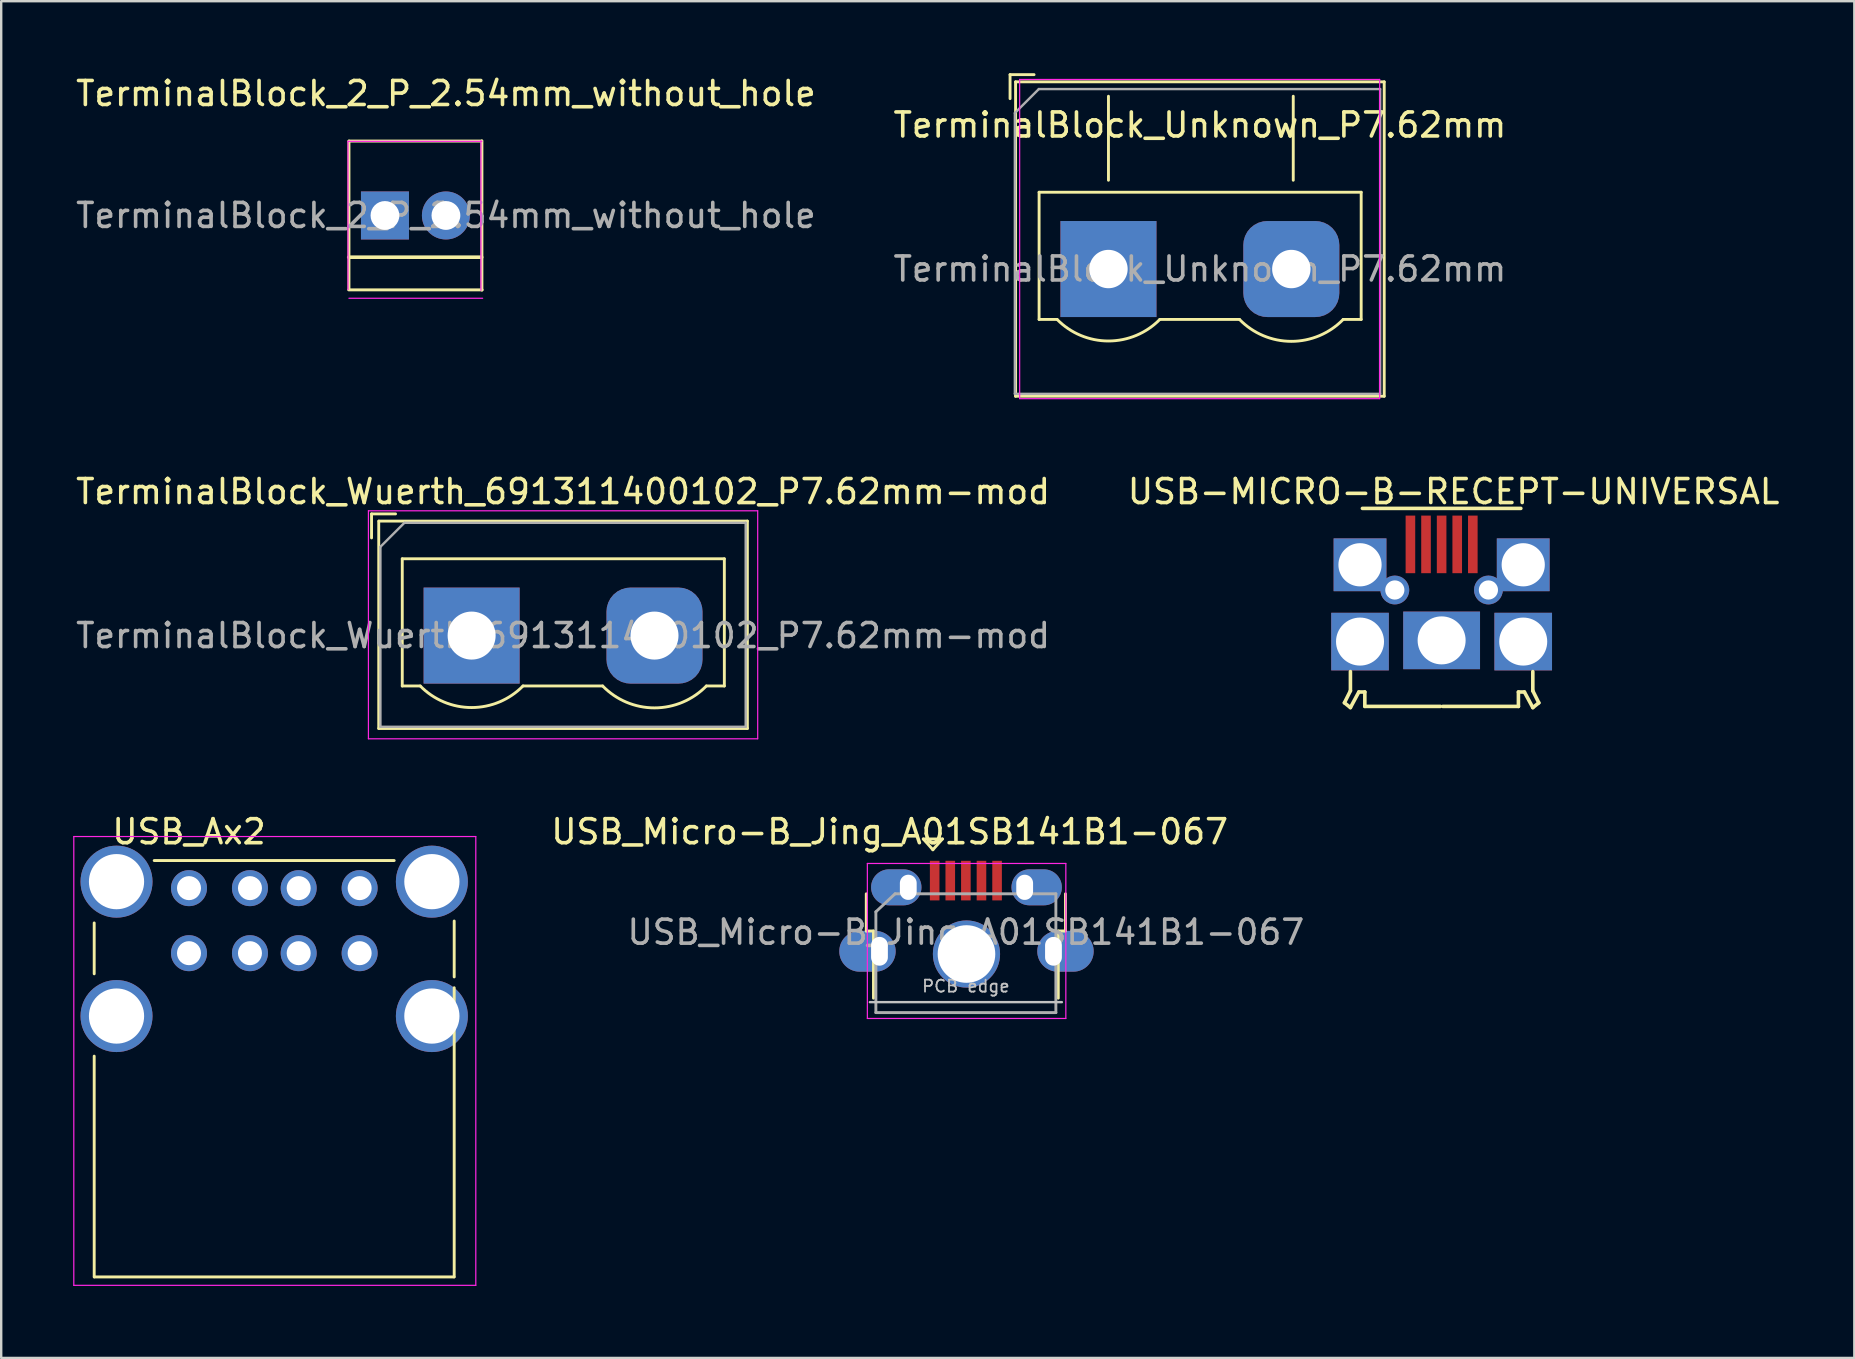
<source format=kicad_pcb>
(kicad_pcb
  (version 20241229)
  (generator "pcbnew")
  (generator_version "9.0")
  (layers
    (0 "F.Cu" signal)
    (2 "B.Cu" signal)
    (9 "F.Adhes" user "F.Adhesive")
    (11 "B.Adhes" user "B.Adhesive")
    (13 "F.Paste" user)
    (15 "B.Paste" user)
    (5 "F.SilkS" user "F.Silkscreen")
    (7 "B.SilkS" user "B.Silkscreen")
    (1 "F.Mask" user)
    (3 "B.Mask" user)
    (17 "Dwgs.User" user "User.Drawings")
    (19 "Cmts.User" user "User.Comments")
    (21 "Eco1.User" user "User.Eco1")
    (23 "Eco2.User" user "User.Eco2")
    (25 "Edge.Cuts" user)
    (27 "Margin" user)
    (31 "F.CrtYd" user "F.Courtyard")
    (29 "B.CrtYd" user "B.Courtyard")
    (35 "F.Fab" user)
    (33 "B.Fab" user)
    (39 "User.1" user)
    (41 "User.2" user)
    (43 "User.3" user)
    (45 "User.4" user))
  (footprint "TerminalBlock_Wuerth_691311400102_P7.62mm-mod"
    (layer "F.Cu")
    (at 16.601 23.433)
    (property "Reference" "TerminalBlock_Wuerth_691311400102_P7.62mm-mod" (at 3.81 -6 0) (layer "F.SilkS") (effects (font (size 1 1) (thickness 0.15))))
    (attr through_hole)
    (fp_line (start -4.17 -5.07) (end -4.17 -4.07) (stroke (width 0.12) (type solid)) (layer "F.SilkS"))
    (fp_line (start -4.17 -5.07) (end -3.17 -5.07) (stroke (width 0.12) (type solid)) (layer "F.SilkS"))
    (fp_line (start -3.87 3.87) (end -3.87 -4.77) (stroke (width 0.12) (type solid)) (layer "F.SilkS"))
    (fp_line (start -3.86 -4.77) (end 11.49 -4.77) (stroke (width 0.12) (type solid)) (layer "F.SilkS"))
    (fp_line (start -2.89 -3.2) (end -2.89 2.1) (stroke (width 0.12) (type solid)) (layer "F.SilkS"))
    (fp_line (start -2.89 2.1) (end -2.14 2.1) (stroke (width 0.12) (type solid)) (layer "F.SilkS"))
    (fp_line (start 2.14 2.1) (end 5.46 2.1) (stroke (width 0.12) (type solid)) (layer "F.SilkS"))
    (fp_line (start 9.78 2.1) (end 10.53 2.1) (stroke (width 0.12) (type solid)) (layer "F.SilkS"))
    (fp_line (start 10.53 -3.2) (end -2.89 -3.2) (stroke (width 0.12) (type solid)) (layer "F.SilkS"))
    (fp_line (start 10.53 2.1) (end 10.53 -3.2) (stroke (width 0.12) (type solid)) (layer "F.SilkS"))
    (fp_line (start 11.49 -4.77) (end 11.49 3.87) (stroke (width 0.12) (type solid)) (layer "F.SilkS"))
    (fp_line (start 11.49 3.87) (end -3.87 3.87) (stroke (width 0.12) (type solid)) (layer "F.SilkS"))
    (fp_arc (start 2.140696 2.099291) (mid 0.000497 2.998266) (end -2.14 2.1) (stroke (width 0.12) (type solid)) (layer "F.SilkS"))
    (fp_arc (start 9.779492 2.100522) (mid 7.619636 3.012573) (end 5.46 2.1) (stroke (width 0.12) (type solid)) (layer "F.SilkS"))
    (fp_line (start -4.3 -5.2) (end 11.92 -5.2) (stroke (width 0.05) (type solid)) (layer "F.CrtYd"))
    (fp_line (start -4.3 4.3) (end -4.3 -5.2) (stroke (width 0.05) (type solid)) (layer "F.CrtYd"))
    (fp_line (start 11.92 -5.2) (end 11.92 4.3) (stroke (width 0.05) (type solid)) (layer "F.CrtYd"))
    (fp_line (start 11.92 4.3) (end -4.3 4.3) (stroke (width 0.05) (type solid)) (layer "F.CrtYd"))
    (fp_line (start -3.8 -3.7) (end -2.8 -4.7) (stroke (width 0.1) (type solid)) (layer "F.Fab"))
    (fp_line (start -3.8 3.8) (end -3.8 -3.7) (stroke (width 0.1) (type solid)) (layer "F.Fab"))
    (fp_line (start -2.8 -4.7) (end 11.42 -4.7) (stroke (width 0.1) (type solid)) (layer "F.Fab"))
    (fp_line (start 11.42 -4.7) (end 11.42 3.8) (stroke (width 0.1) (type solid)) (layer "F.Fab"))
    (fp_line (start 11.42 3.8) (end -3.8 3.8) (stroke (width 0.1) (type solid)) (layer "F.Fab"))
    (fp_text user "${REFERENCE}" (at 3.81 0 0) (layer "F.Fab") (effects (font (size 1 1) (thickness 0.15))))
    (pad "1" thru_hole rect (at 0 0) (size 4 4) (drill 2) (layers "*.Cu" "*.Mask"))
    (pad "2" thru_hole roundrect (at 7.62 0) (size 4 4) (drill 2) (layers "*.Cu" "*.Mask") (roundrect_rratio 0.25)))
  (footprint "USB-MICRO-B-RECEPT-UNIVERSAL"
    (layer "F.Cu")
    (at 57.018 23.633)
    (property "Reference" "USB-MICRO-B-RECEPT-UNIVERSAL" (at 0.5 -6.2 0) (layer "F.SilkS") (effects (font (size 1 1) (thickness 0.15))))
    (attr through_hole)
    (fp_line (start -4.05 2.6) (end -3.8 2.8) (stroke (width 0.15) (type solid)) (layer "F.SilkS"))
    (fp_line (start -3.8 1.3) (end -3.8 2.1) (stroke (width 0.15) (type solid)) (layer "F.SilkS"))
    (fp_line (start -3.8 2.1) (end -4.05 2.6) (stroke (width 0.15) (type solid)) (layer "F.SilkS"))
    (fp_line (start -3.8 2.8) (end -3.45 2.15) (stroke (width 0.15) (type solid)) (layer "F.SilkS"))
    (fp_line (start -3.45 2.15) (end -3.2 2.15) (stroke (width 0.15) (type solid)) (layer "F.SilkS"))
    (fp_line (start -3.2 2.15) (end -3.2 2.75) (stroke (width 0.15) (type solid)) (layer "F.SilkS"))
    (fp_line (start -3.2 2.75) (end -0.05 2.75) (stroke (width 0.15) (type solid)) (layer "F.SilkS"))
    (fp_line (start 3.2 2.151) (end 3.2 2.751) (stroke (width 0.15) (type solid)) (layer "F.SilkS"))
    (fp_line (start 3.2 2.751) (end 0.05 2.751) (stroke (width 0.15) (type solid)) (layer "F.SilkS"))
    (fp_line (start 3.3 -5.5) (end -3.3 -5.5) (stroke (width 0.15) (type solid)) (layer "F.SilkS"))
    (fp_line (start 3.45 2.151) (end 3.2 2.151) (stroke (width 0.15) (type solid)) (layer "F.SilkS"))
    (fp_line (start 3.8 1.301) (end 3.8 2.101) (stroke (width 0.15) (type solid)) (layer "F.SilkS"))
    (fp_line (start 3.8 2.101) (end 4.05 2.601) (stroke (width 0.15) (type solid)) (layer "F.SilkS"))
    (fp_line (start 3.8 2.801) (end 3.45 2.151) (stroke (width 0.15) (type solid)) (layer "F.SilkS"))
    (fp_line (start 4.05 2.601) (end 3.8 2.801) (stroke (width 0.15) (type solid)) (layer "F.SilkS"))
    (pad "1" smd rect (at 1.3 -4) (size 0.4 2.4) (layers "F.Cu" "F.Mask" "F.Paste"))
    (pad "2" smd rect (at 0.65 -4) (size 0.4 2.4) (layers "F.Cu" "F.Mask" "F.Paste"))
    (pad "3" smd rect (at 0 -4) (size 0.4 2.4) (layers "F.Cu" "F.Mask" "F.Paste"))
    (pad "4" smd rect (at -0.65 -4) (size 0.4 2.4) (layers "F.Cu" "F.Mask" "F.Paste"))
    (pad "5" smd rect (at -1.3 -4) (size 0.4 2.4) (layers "F.Cu" "F.Mask" "F.Paste"))
    (pad "6" thru_hole rect (at -3.4 -3.15) (size 2.2 2.2) (drill 1.8) (layers "*.Cu" "*.Mask"))
    (pad "6" thru_hole rect (at -3.4 0.05) (size 2.4 2.4) (drill 2) (layers "*.Cu" "*.Mask"))
    (pad "6" thru_hole circle (at -1.95 -2.1) (size 1.2 1.2) (drill 0.8) (layers "*.Cu" "*.Mask"))
    (pad "6" thru_hole rect (at 0 0) (size 3.2 2.4) (drill 2) (layers "*.Cu" "*.Mask"))
    (pad "6" thru_hole circle (at 1.95 -2.1) (size 1.2 1.2) (drill 0.8) (layers "*.Cu" "*.Mask"))
    (pad "6" thru_hole rect (at 3.4 -3.15) (size 2.2 2.2) (drill 1.8) (layers "*.Cu" "*.Mask"))
    (pad "6" thru_hole rect (at 3.4 0.05) (size 2.4 2.4) (drill 2) (layers "*.Cu" "*.Mask")))
  (footprint "USB_Micro-B_Jing_A01SB141B1-067"
    (layer "F.Cu")
    (at 37.22 33.907)
    (property "Reference" "USB_Micro-B_Jing_A01SB141B1-067" (at -3.2 -2.3 0) (layer "F.SilkS") (effects (font (size 1 1) (thickness 0.15))))
    (attr smd)
    (fp_line (start -4.175 1.835) (end -4.175 0.285) (stroke (width 0.12) (type solid)) (layer "F.SilkS"))
    (fp_line (start -4.175 1.835) (end -3.875 1.835) (stroke (width 0.12) (type solid)) (layer "F.SilkS"))
    (fp_line (start -3.875 4.635) (end -3.875 1.835) (stroke (width 0.12) (type solid)) (layer "F.SilkS"))
    (fp_line (start -1.8 -2) (end -1 -2) (stroke (width 0.12) (type solid)) (layer "F.SilkS"))
    (fp_line (start -1.4 -1.55) (end -1.8 -2) (stroke (width 0.12) (type solid)) (layer "F.SilkS"))
    (fp_line (start -1 -2) (end -1.4 -1.55) (stroke (width 0.12) (type solid)) (layer "F.SilkS"))
    (fp_line (start 3.825 1.835) (end 4.125 1.835) (stroke (width 0.12) (type solid)) (layer "F.SilkS"))
    (fp_line (start 3.825 4.635) (end 3.825 1.835) (stroke (width 0.12) (type solid)) (layer "F.SilkS"))
    (fp_line (start 4.125 1.835) (end 4.125 0.285) (stroke (width 0.12) (type solid)) (layer "F.SilkS"))
    (fp_line (start -4.025 4.8) (end 3.975 4.8) (stroke (width 0.1) (type solid)) (layer "Dwgs.User"))
    (fp_line (start -4.13 -0.98) (end -4.13 5.48) (stroke (width 0.05) (type solid)) (layer "F.CrtYd"))
    (fp_line (start -4.13 -0.98) (end 4.14 -0.98) (stroke (width 0.05) (type solid)) (layer "F.CrtYd"))
    (fp_line (start 4.14 5.48) (end -4.13 5.48) (stroke (width 0.05) (type solid)) (layer "F.CrtYd"))
    (fp_line (start 4.14 5.48) (end 4.14 -0.98) (stroke (width 0.05) (type solid)) (layer "F.CrtYd"))
    (fp_line (start -3.775 1.035) (end -2.975 0.285) (stroke (width 0.12) (type solid)) (layer "F.Fab"))
    (fp_line (start -3.775 5.235) (end -3.775 1.035) (stroke (width 0.12) (type solid)) (layer "F.Fab"))
    (fp_line (start -2.975 0.285) (end 3.725 0.285) (stroke (width 0.12) (type solid)) (layer "F.Fab"))
    (fp_line (start 3.725 0.285) (end 3.725 5.235) (stroke (width 0.12) (type solid)) (layer "F.Fab"))
    (fp_line (start 3.725 5.235) (end -3.775 5.235) (stroke (width 0.12) (type solid)) (layer "F.Fab"))
    (fp_text user "PCB edge" (at -0.025 4.135 0) (layer "Dwgs.User") (effects (font (size 0.5 0.5) (thickness 0.075))))
    (fp_text user "${REFERENCE}" (at -0.025 1.885 0) (layer "F.Fab") (effects (font (size 1 1) (thickness 0.15))))
    (pad "1" smd rect (at -1.325 -0.265 90) (size 1.65 0.4) (layers "F.Cu" "F.Mask" "F.Paste"))
    (pad "2" smd rect (at -0.675 -0.265 90) (size 1.65 0.4) (layers "F.Cu" "F.Mask" "F.Paste"))
    (pad "3" smd rect (at -0.025 -0.265 90) (size 1.65 0.4) (layers "F.Cu" "F.Mask" "F.Paste"))
    (pad "4" smd rect (at 0.625 -0.265 90) (size 1.65 0.4) (layers "F.Cu" "F.Mask" "F.Paste"))
    (pad "5" smd rect (at 1.275 -0.265 90) (size 1.65 0.4) (layers "F.Cu" "F.Mask" "F.Paste"))
    (pad "6" thru_hole oval (at -3.625 2.68 90) (size 1.7 2.35) (drill oval 1.2 0.7 (offset 0 -0.5)) (layers "*.Cu" "*.Mask"))
    (pad "6" thru_hole oval (at -2.425 0.015 90) (size 1.5 2.1) (drill oval 1.05 0.7 (offset 0 -0.5)) (layers "*.Cu" "*.Mask"))
    (pad "6" thru_hole circle (at 0 2.794) (size 2.8 2.8) (drill 2.4) (layers "*.Cu" "*.Mask"))
    (pad "6" thru_hole oval (at 2.425 0.015 90) (size 1.5 2.1) (drill oval 1.05 0.7 (offset 0 0.5)) (layers "*.Cu" "*.Mask"))
    (pad "6" thru_hole oval (at 3.625 2.68 90) (size 1.7 2.35) (drill oval 1.2 0.7 (offset 0 0.5)) (layers "*.Cu" "*.Mask")))
  (footprint "USB_Ax2"
    (layer "F.Cu")
    (at 4.825 33.956)
    (property "Reference" "USB_Ax2" (at 0 -2.35 0) (layer "F.SilkS") (effects (font (size 1 1) (thickness 0.15))))
    (attr through_hole)
    (fp_line (start -3.95 1.45) (end -3.95 3.57) (stroke (width 0.12) (type solid)) (layer "F.SilkS"))
    (fp_line (start -3.95 7) (end -3.95 16.2) (stroke (width 0.12) (type solid)) (layer "F.SilkS"))
    (fp_line (start 8.55 -1.15) (end -1.45 -1.15) (stroke (width 0.12) (type solid)) (layer "F.SilkS"))
    (fp_line (start 11.045 16.2) (end -3.945 16.2) (stroke (width 0.12) (type solid)) (layer "F.SilkS"))
    (fp_line (start 11.05 1.37) (end 11.05 3.7) (stroke (width 0.12) (type solid)) (layer "F.SilkS"))
    (fp_line (start 11.05 4.15) (end 11.05 16.2) (stroke (width 0.12) (type solid)) (layer "F.SilkS"))
    (fp_line (start -4.8 -2.15) (end 11.95 -2.15) (stroke (width 0.05) (type solid)) (layer "F.CrtYd"))
    (fp_line (start -4.8 16.55) (end -4.8 -2.15) (stroke (width 0.05) (type solid)) (layer "F.CrtYd"))
    (fp_line (start -4.8 16.55) (end 11.95 16.55) (stroke (width 0.05) (type solid)) (layer "F.CrtYd"))
    (fp_line (start 11.95 -2.15) (end 11.95 16.55) (stroke (width 0.05) (type solid)) (layer "F.CrtYd"))
    (pad "1" thru_hole circle (at 0 0 270) (size 1.5 1.5) (drill 1) (layers "*.Cu" "*.Mask"))
    (pad "2" thru_hole circle (at 2.54 0 270) (size 1.5 1.5) (drill 1) (layers "*.Cu" "*.Mask"))
    (pad "3" thru_hole circle (at 4.57 0 270) (size 1.5 1.5) (drill 1) (layers "*.Cu" "*.Mask"))
    (pad "4" thru_hole circle (at 7.11 0 270) (size 1.5 1.5) (drill 1) (layers "*.Cu" "*.Mask"))
    (pad "5" thru_hole circle (at 0 2.71 270) (size 1.5 1.5) (drill 1) (layers "*.Cu" "*.Mask"))
    (pad "6" thru_hole circle (at 2.54 2.71 270) (size 1.5 1.5) (drill 1) (layers "*.Cu" "*.Mask"))
    (pad "7" thru_hole circle (at 4.57 2.71 270) (size 1.5 1.5) (drill 1) (layers "*.Cu" "*.Mask"))
    (pad "8" thru_hole circle (at 7.11 2.71 270) (size 1.5 1.5) (drill 1) (layers "*.Cu" "*.Mask"))
    (pad "9" thru_hole circle (at -3.02 -0.27 270) (size 3 3) (drill 2.3) (layers "*.Cu" "*.Mask"))
    (pad "9" thru_hole circle (at -3.02 5.33 270) (size 3 3) (drill 2.3) (layers "*.Cu" "*.Mask"))
    (pad "9" thru_hole circle (at 10.12 -0.27 270) (size 3 3) (drill 2.3) (layers "*.Cu" "*.Mask"))
    (pad "9" thru_hole circle (at 10.12 5.33 270) (size 3 3) (drill 2.3) (layers "*.Cu" "*.Mask")))
  (footprint "TerminalBlock_2_P_2.54mm_without_hole"
    (layer "F.Cu")
    (at 12.99 5.928)
    (property "Reference" "TerminalBlock_2_P_2.54mm_without_hole" (at 2.54 -5.08 0) (layer "F.SilkS") (effects (font (size 1 1) (thickness 0.15))))
    (attr through_hole)
    (fp_line (start -1.51 1.74) (end 4.03 1.74) (stroke (width 0.15) (type solid)) (layer "F.SilkS"))
    (fp_line (start -1.5 -3.101) (end -1.5 3.09) (stroke (width 0.12) (type solid)) (layer "F.SilkS"))
    (fp_line (start 4.03 -3.1) (end -1.5 -3.1) (stroke (width 0.12) (type solid)) (layer "F.SilkS"))
    (fp_line (start 4.04 3.11) (end 4.04 -3.11) (stroke (width 0.12) (type solid)) (layer "F.SilkS"))
    (fp_line (start 4.05 3.1) (end -1.51 3.1) (stroke (width 0.12) (type solid)) (layer "F.SilkS"))
    (fp_line (start -1.54 -3.091) (end -1.54 3.09) (stroke (width 0.05) (type solid)) (layer "F.CrtYd"))
    (fp_line (start -1.53 -3.09) (end 4.04 -3.09) (stroke (width 0.05) (type solid)) (layer "F.CrtYd"))
    (fp_line (start 4 3.12) (end 4 -3.11) (stroke (width 0.05) (type solid)) (layer "F.CrtYd"))
    (fp_line (start 4.07 3.45) (end -1.5 3.45) (stroke (width 0.05) (type solid)) (layer "F.CrtYd"))
    (fp_text user "${REFERENCE}" (at 2.54 0 0) (layer "F.Fab") (effects (font (size 1 1) (thickness 0.15))))
    (pad "1" thru_hole rect (at 0 0) (size 2 2) (drill 1.2) (layers "*.Cu" "*.Mask"))
    (pad "2" thru_hole circle (at 2.54 0) (size 2 2) (drill 1.2) (layers "*.Cu" "*.Mask")))
  (footprint "TerminalBlock_Unknown_P7.62mm"
    (layer "F.Cu")
    (at 43.136 8.16)
    (property "Reference" "TerminalBlock_Unknown_P7.62mm" (at 3.81 -6 0) (layer "F.SilkS") (effects (font (size 1 1) (thickness 0.15))))
    (attr through_hole)
    (fp_line (start -4.1 -8.1) (end -4.1 -7.1) (stroke (width 0.12) (type solid)) (layer "F.SilkS"))
    (fp_line (start -4.1 -8.1) (end -3.1 -8.1) (stroke (width 0.12) (type solid)) (layer "F.SilkS"))
    (fp_line (start -3.87 -7.8) (end 11.49 -7.8) (stroke (width 0.12) (type solid)) (layer "F.SilkS"))
    (fp_line (start -3.87 5.3) (end -3.87 -7.8) (stroke (width 0.12) (type solid)) (layer "F.SilkS"))
    (fp_line (start -2.89 -3.2) (end -2.89 2.1) (stroke (width 0.12) (type solid)) (layer "F.SilkS"))
    (fp_line (start -2.89 2.1) (end -2.14 2.1) (stroke (width 0.12) (type solid)) (layer "F.SilkS"))
    (fp_line (start 0 -7.2) (end 0 -3.7) (stroke (width 0.12) (type solid)) (layer "F.SilkS"))
    (fp_line (start 2.14 2.1) (end 5.46 2.1) (stroke (width 0.12) (type solid)) (layer "F.SilkS"))
    (fp_line (start 7.7 -7.2) (end 7.7 -3.7) (stroke (width 0.12) (type solid)) (layer "F.SilkS"))
    (fp_line (start 9.78 2.1) (end 10.53 2.1) (stroke (width 0.12) (type solid)) (layer "F.SilkS"))
    (fp_line (start 10.53 -3.2) (end -2.89 -3.2) (stroke (width 0.12) (type solid)) (layer "F.SilkS"))
    (fp_line (start 10.53 2.1) (end 10.53 -3.2) (stroke (width 0.12) (type solid)) (layer "F.SilkS"))
    (fp_line (start 11.49 -7.8) (end 11.49 5.3) (stroke (width 0.12) (type solid)) (layer "F.SilkS"))
    (fp_line (start 11.49 5.3) (end -3.87 5.3) (stroke (width 0.12) (type solid)) (layer "F.SilkS"))
    (fp_arc (start 2.140696 2.099291) (mid 0.000497 2.998266) (end -2.14 2.1) (stroke (width 0.12) (type solid)) (layer "F.SilkS"))
    (fp_arc (start 9.779492 2.100522) (mid 7.619636 3.012573) (end 5.46 2.1) (stroke (width 0.12) (type solid)) (layer "F.SilkS"))
    (fp_line (start -3.7 -7.9) (end 11.3 -7.9) (stroke (width 0.05) (type solid)) (layer "F.CrtYd"))
    (fp_line (start -3.7 5.4) (end -3.7 -7.9) (stroke (width 0.05) (type solid)) (layer "F.CrtYd"))
    (fp_line (start 11.3 -7.9) (end 11.3 5.4) (stroke (width 0.05) (type solid)) (layer "F.CrtYd"))
    (fp_line (start 11.3 5.4) (end -3.7 5.4) (stroke (width 0.05) (type solid)) (layer "F.CrtYd"))
    (fp_line (start -3.9 -6.5) (end -2.9 -7.5) (stroke (width 0.1) (type solid)) (layer "F.Fab"))
    (fp_line (start -3.9 5.2) (end -3.9 -6.5) (stroke (width 0.1) (type solid)) (layer "F.Fab"))
    (fp_line (start -2.9 -7.5) (end 11.32 -7.5) (stroke (width 0.1) (type solid)) (layer "F.Fab"))
    (fp_line (start 11.32 -7.5) (end 11.32 5.2) (stroke (width 0.1) (type solid)) (layer "F.Fab"))
    (fp_line (start 11.32 5.2) (end -3.9 5.2) (stroke (width 0.1) (type solid)) (layer "F.Fab"))
    (fp_text user "${REFERENCE}" (at 3.81 0 0) (layer "F.Fab") (effects (font (size 1 1) (thickness 0.15))))
    (pad "1" thru_hole rect (at 0 0) (size 4 4) (drill 1.6) (layers "*.Cu" "*.Mask"))
    (pad "2" thru_hole roundrect (at 7.62 0) (size 4 4) (drill 1.6) (layers "*.Cu" "*.Mask") (roundrect_rratio 0.25)))
  (gr_rect
    (start -3 -3)
    (end 74.214 53.532)
    (stroke (width 0.1) (type default))
    (fill no)
    (layer "Edge.Cuts")))
</source>
